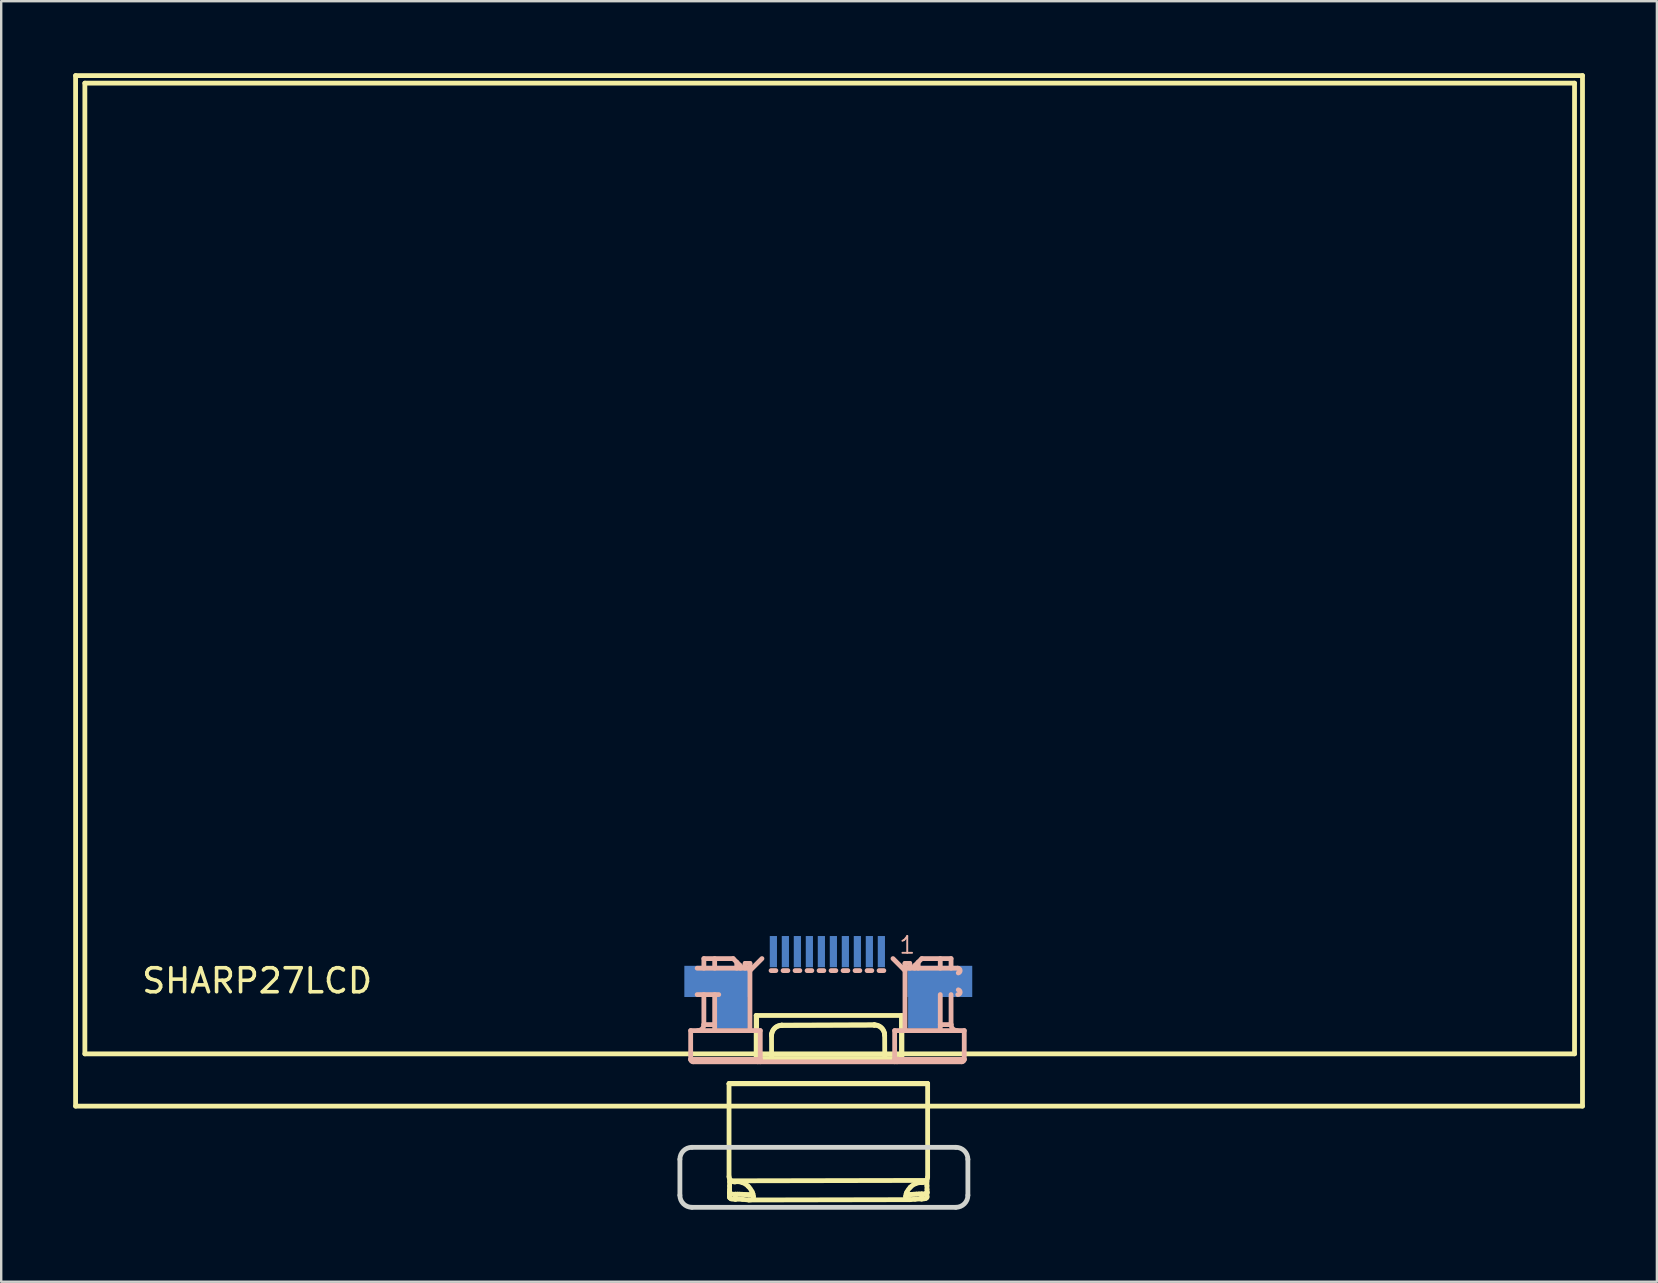
<source format=kicad_pcb>
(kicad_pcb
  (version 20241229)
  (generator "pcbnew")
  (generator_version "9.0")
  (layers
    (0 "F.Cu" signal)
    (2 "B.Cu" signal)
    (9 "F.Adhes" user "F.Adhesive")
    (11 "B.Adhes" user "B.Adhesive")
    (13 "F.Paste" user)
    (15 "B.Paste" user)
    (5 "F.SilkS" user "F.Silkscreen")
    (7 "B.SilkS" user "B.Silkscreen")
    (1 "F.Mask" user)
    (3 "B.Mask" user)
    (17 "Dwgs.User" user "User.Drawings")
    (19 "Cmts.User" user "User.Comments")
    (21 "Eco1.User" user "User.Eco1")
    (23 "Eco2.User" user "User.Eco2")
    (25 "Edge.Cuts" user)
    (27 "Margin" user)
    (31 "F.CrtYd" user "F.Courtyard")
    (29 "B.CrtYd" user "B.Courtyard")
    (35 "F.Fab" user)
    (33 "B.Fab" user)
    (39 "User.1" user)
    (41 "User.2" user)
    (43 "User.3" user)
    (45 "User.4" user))
  (footprint "SHARP27LCD"
    (layer "F.Cu")
    (at 4.261 43.204)
    (property "Reference" "SHARP27LCD" (at 3.404 -5.385 0) (layer "F.SilkS") (effects (font (size 1 1) (thickness 0.15))))
    (attr through_hole)
    (fp_line (start -4.161 -43.104) (end -4.161 -0.163) (stroke (width 0.2) (type solid)) (layer "F.SilkS"))
    (fp_line (start -4.161 -0.163) (end 58.631 -0.163) (stroke (width 0.2) (type solid)) (layer "F.SilkS"))
    (fp_line (start -3.775 -42.789) (end -3.775 -2.341) (stroke (width 0.2) (type solid)) (layer "F.SilkS"))
    (fp_line (start -3.775 -2.341) (end 58.299 -2.341) (stroke (width 0.2) (type solid)) (layer "F.SilkS"))
    (fp_line (start 23.068 -1.092) (end 23.068 2.777) (stroke (width 0.2) (type solid)) (layer "F.SilkS"))
    (fp_line (start 23.068 -1.092) (end 23.072 -1.108) (stroke (width 0.2) (type solid)) (layer "F.SilkS"))
    (fp_line (start 23.087 3.439) (end 23.089 3.624) (stroke (width 0.2) (type solid)) (layer "F.SilkS"))
    (fp_line (start 23.093 3.46) (end 23.095 3.654) (stroke (width 0.2) (type solid)) (layer "F.SilkS"))
    (fp_line (start 23.155 2.95) (end 31.298 2.934) (stroke (width 0.2) (type solid)) (layer "F.SilkS"))
    (fp_line (start 23.333 3.718) (end 23.332 3.51) (stroke (width 0.2) (type solid)) (layer "F.SilkS"))
    (fp_line (start 23.916 3.748) (end 30.594 3.735) (stroke (width 0.2) (type solid)) (layer "F.SilkS"))
    (fp_line (start 24.198 -3.94) (end 30.272 -3.94) (stroke (width 0.2) (type solid)) (layer "F.SilkS"))
    (fp_line (start 24.198 -2.048) (end 24.198 -3.94) (stroke (width 0.2) (type solid)) (layer "F.SilkS"))
    (fp_line (start 24.198 -2.048) (end 24.217 -2.149) (stroke (width 0.2) (type solid)) (layer "F.SilkS"))
    (fp_line (start 24.217 -2.149) (end 24.217 -3.94) (stroke (width 0.2) (type solid)) (layer "F.SilkS"))
    (fp_line (start 24.841 -2.149) (end 24.838 -3.094) (stroke (width 0.2) (type solid)) (layer "F.SilkS"))
    (fp_line (start 24.845 -3.174) (end 24.843 -3.16) (stroke (width 0.2) (type solid)) (layer "F.SilkS"))
    (fp_line (start 25.263 -3.522) (end 29.123 -3.537) (stroke (width 0.2) (type solid)) (layer "F.SilkS"))
    (fp_line (start 25.265 -3.537) (end 25.263 -3.522) (stroke (width 0.2) (type solid)) (layer "F.SilkS"))
    (fp_line (start 25.265 -3.537) (end 29.122 -3.551) (stroke (width 0.2) (type solid)) (layer "F.SilkS"))
    (fp_line (start 29.122 -3.551) (end 29.123 -3.537) (stroke (width 0.2) (type solid)) (layer "F.SilkS"))
    (fp_line (start 29.547 -3.174) (end 29.545 -3.188) (stroke (width 0.2) (type solid)) (layer "F.SilkS"))
    (fp_line (start 29.552 -3.111) (end 29.556 -2.149) (stroke (width 0.2) (type solid)) (layer "F.SilkS"))
    (fp_line (start 30.253 -3.94) (end 30.253 -2.149) (stroke (width 0.2) (type solid)) (layer "F.SilkS"))
    (fp_line (start 30.253 -2.149) (end 24.217 -2.149) (stroke (width 0.2) (type solid)) (layer "F.SilkS"))
    (fp_line (start 30.272 -3.94) (end 30.272 -2.048) (stroke (width 0.2) (type solid)) (layer "F.SilkS"))
    (fp_line (start 30.272 -2.048) (end 24.198 -2.048) (stroke (width 0.2) (type solid)) (layer "F.SilkS"))
    (fp_line (start 30.272 -2.048) (end 30.253 -2.149) (stroke (width 0.2) (type solid)) (layer "F.SilkS"))
    (fp_line (start 31.092 3.707) (end 31.092 3.498) (stroke (width 0.2) (type solid)) (layer "F.SilkS"))
    (fp_line (start 31.314 3.641) (end 31.315 3.447) (stroke (width 0.2) (type solid)) (layer "F.SilkS"))
    (fp_line (start 31.32 3.451) (end 31.32 3.428) (stroke (width 0.2) (type solid)) (layer "F.SilkS"))
    (fp_line (start 31.339 -1.108) (end 23.072 -1.108) (stroke (width 0.2) (type solid)) (layer "F.SilkS"))
    (fp_line (start 31.343 -1.092) (end 23.068 -1.092) (stroke (width 0.2) (type solid)) (layer "F.SilkS"))
    (fp_line (start 31.343 -1.092) (end 31.339 -1.108) (stroke (width 0.2) (type solid)) (layer "F.SilkS"))
    (fp_line (start 31.343 2.802) (end 31.343 -1.092) (stroke (width 0.2) (type solid)) (layer "F.SilkS"))
    (fp_line (start 58.299 -42.789) (end -3.775 -42.789) (stroke (width 0.2) (type solid)) (layer "F.SilkS"))
    (fp_line (start 58.299 -2.341) (end 58.299 -42.789) (stroke (width 0.2) (type solid)) (layer "F.SilkS"))
    (fp_line (start 58.631 -43.104) (end -4.161 -43.104) (stroke (width 0.2) (type solid)) (layer "F.SilkS"))
    (fp_line (start 58.631 -0.163) (end 58.631 -43.104) (stroke (width 0.2) (type solid)) (layer "F.SilkS"))
    (fp_arc (start 23.154666 2.949517) (mid 23.090867 2.873549) (end 23.067975 2.777022) (stroke (width 0.2) (type solid)) (layer "F.SilkS"))
    (fp_arc (start 24.837875 -3.09378) (mid 24.961813 -3.396197) (end 25.263292 -3.522401) (stroke (width 0.2) (type solid)) (layer "F.SilkS"))
    (fp_arc (start 24.844956 -3.17421) (mid 24.988099 -3.432973) (end 25.265101 -3.536503) (stroke (width 0.2) (type solid)) (layer "F.SilkS"))
    (fp_arc (start 29.121699 -3.550977) (mid 29.400763 -3.448427) (end 29.545076 -3.18849) (stroke (width 0.2) (type solid)) (layer "F.SilkS"))
    (fp_arc (start 29.123498 -3.536888) (mid 29.425915 -3.41295) (end 29.552119 -3.111471) (stroke (width 0.2) (type solid)) (layer "F.SilkS"))
    (fp_arc (start 31.342861 2.802226) (mid 31.331218 2.872012) (end 31.29755 2.934238) (stroke (width 0.2) (type solid)) (layer "F.SilkS"))
    (fp_curve (pts (xy 23.087 3.439) (xy 23.088 3.403) (xy 23.089 3.366) (xy 23.089 3.322)) (stroke (width 0.2) (type solid)) (layer "F.SilkS"))
    (fp_curve (pts (xy 23.089 3.322) (xy 23.09 3.277) (xy 23.091 3.224) (xy 23.091 3.168)) (stroke (width 0.2) (type solid)) (layer "F.SilkS"))
    (fp_curve (pts (xy 23.091 3.168) (xy 23.091 3.112) (xy 23.092 3.053) (xy 23.092 2.991)) (stroke (width 0.2) (type solid)) (layer "F.SilkS"))
    (fp_curve (pts (xy 23.092 2.991) (xy 23.092 2.951) (xy 23.091 2.911) (xy 23.091 2.87)) (stroke (width 0.2) (type solid)) (layer "F.SilkS"))
    (fp_curve (pts (xy 23.155 2.949) (xy 23.201 2.985) (xy 23.259 3.002) (xy 23.316 2.993)) (stroke (width 0.2) (type solid)) (layer "F.SilkS"))
    (fp_curve (pts (xy 23.156 3.7) (xy 23.111 3.684) (xy 23.087 3.658) (xy 23.089 3.624)) (stroke (width 0.2) (type solid)) (layer "F.SilkS"))
    (fp_curve (pts (xy 23.167 3.5) (xy 23.12 3.49) (xy 23.085 3.47) (xy 23.087 3.439)) (stroke (width 0.2) (type solid)) (layer "F.SilkS"))
    (fp_curve (pts (xy 23.316 2.995) (xy 23.417 2.974) (xy 23.52 2.987) (xy 23.616 3.02)) (stroke (width 0.2) (type solid)) (layer "F.SilkS"))
    (fp_curve (pts (xy 23.332 3.51) (xy 23.274 3.512) (xy 23.214 3.51) (xy 23.167 3.5)) (stroke (width 0.2) (type solid)) (layer "F.SilkS"))
    (fp_curve (pts (xy 23.333 3.718) (xy 23.267 3.721) (xy 23.2 3.715) (xy 23.156 3.7)) (stroke (width 0.2) (type solid)) (layer "F.SilkS"))
    (fp_curve (pts (xy 23.419 3.508) (xy 23.39 3.508) (xy 23.361 3.509) (xy 23.332 3.51)) (stroke (width 0.2) (type solid)) (layer "F.SilkS"))
    (fp_curve (pts (xy 23.504 3.509) (xy 23.476 3.508) (xy 23.447 3.508) (xy 23.419 3.508)) (stroke (width 0.2) (type solid)) (layer "F.SilkS"))
    (fp_curve (pts (xy 23.613 3.513) (xy 23.577 3.511) (xy 23.541 3.51) (xy 23.504 3.509)) (stroke (width 0.2) (type solid)) (layer "F.SilkS"))
    (fp_curve (pts (xy 23.616 3.02) (xy 23.712 3.054) (xy 23.798 3.111) (xy 23.868 3.18)) (stroke (width 0.2) (type solid)) (layer "F.SilkS"))
    (fp_curve (pts (xy 23.63 3.723) (xy 23.536 3.715) (xy 23.433 3.712) (xy 23.333 3.718)) (stroke (width 0.2) (type solid)) (layer "F.SilkS"))
    (fp_curve (pts (xy 23.716 3.52) (xy 23.683 3.518) (xy 23.648 3.515) (xy 23.613 3.513)) (stroke (width 0.2) (type solid)) (layer "F.SilkS"))
    (fp_curve (pts (xy 23.799 3.527) (xy 23.772 3.525) (xy 23.744 3.522) (xy 23.716 3.52)) (stroke (width 0.2) (type solid)) (layer "F.SilkS"))
    (fp_curve (pts (xy 23.868 3.18) (xy 23.938 3.249) (xy 23.992 3.329) (xy 24.028 3.404)) (stroke (width 0.2) (type solid)) (layer "F.SilkS"))
    (fp_curve (pts (xy 23.873 3.531) (xy 23.85 3.53) (xy 23.825 3.529) (xy 23.799 3.527)) (stroke (width 0.2) (type solid)) (layer "F.SilkS"))
    (fp_curve (pts (xy 23.879 3.747) (xy 23.81 3.743) (xy 23.725 3.731) (xy 23.63 3.723)) (stroke (width 0.2) (type solid)) (layer "F.SilkS"))
    (fp_curve (pts (xy 23.931 3.532) (xy 23.913 3.533) (xy 23.894 3.532) (xy 23.873 3.531)) (stroke (width 0.2) (type solid)) (layer "F.SilkS"))
    (fp_curve (pts (xy 23.981 3.528) (xy 23.966 3.531) (xy 23.949 3.532) (xy 23.931 3.532)) (stroke (width 0.2) (type solid)) (layer "F.SilkS"))
    (fp_curve (pts (xy 24.02 3.52) (xy 24.008 3.523) (xy 23.995 3.526) (xy 23.981 3.528)) (stroke (width 0.2) (type solid)) (layer "F.SilkS"))
    (fp_curve (pts (xy 24.028 3.404) (xy 24.065 3.479) (xy 24.084 3.549) (xy 24.085 3.605)) (stroke (width 0.2) (type solid)) (layer "F.SilkS"))
    (fp_curve (pts (xy 24.034 3.722) (xy 24 3.745) (xy 23.948 3.75) (xy 23.879 3.747)) (stroke (width 0.2) (type solid)) (layer "F.SilkS"))
    (fp_curve (pts (xy 24.049 3.505) (xy 24.041 3.511) (xy 24.031 3.516) (xy 24.02 3.52)) (stroke (width 0.2) (type solid)) (layer "F.SilkS"))
    (fp_curve (pts (xy 24.062 3.492) (xy 24.058 3.496) (xy 24.054 3.501) (xy 24.049 3.505)) (stroke (width 0.2) (type solid)) (layer "F.SilkS"))
    (fp_curve (pts (xy 24.085 3.605) (xy 24.086 3.661) (xy 24.069 3.7) (xy 24.034 3.722)) (stroke (width 0.2) (type solid)) (layer "F.SilkS"))
    (fp_curve (pts (xy 30.426 3.6) (xy 30.427 3.551) (xy 30.444 3.489) (xy 30.476 3.422)) (stroke (width 0.2) (type solid)) (layer "F.SilkS"))
    (fp_curve (pts (xy 30.46 3.494) (xy 30.457 3.491) (xy 30.454 3.488) (xy 30.451 3.485)) (stroke (width 0.2) (type solid)) (layer "F.SilkS"))
    (fp_curve (pts (xy 30.469 3.707) (xy 30.439 3.686) (xy 30.425 3.65) (xy 30.426 3.6)) (stroke (width 0.2) (type solid)) (layer "F.SilkS"))
    (fp_curve (pts (xy 30.476 3.422) (xy 30.508 3.355) (xy 30.555 3.284) (xy 30.617 3.222)) (stroke (width 0.2) (type solid)) (layer "F.SilkS"))
    (fp_curve (pts (xy 30.494 3.51) (xy 30.481 3.506) (xy 30.469 3.501) (xy 30.46 3.494)) (stroke (width 0.2) (type solid)) (layer "F.SilkS"))
    (fp_curve (pts (xy 30.537 3.517) (xy 30.521 3.516) (xy 30.507 3.513) (xy 30.494 3.51)) (stroke (width 0.2) (type solid)) (layer "F.SilkS"))
    (fp_curve (pts (xy 30.6 3.52) (xy 30.577 3.52) (xy 30.556 3.52) (xy 30.537 3.517)) (stroke (width 0.2) (type solid)) (layer "F.SilkS"))
    (fp_curve (pts (xy 30.604 3.735) (xy 30.544 3.736) (xy 30.499 3.729) (xy 30.469 3.707)) (stroke (width 0.2) (type solid)) (layer "F.SilkS"))
    (fp_curve (pts (xy 30.617 3.222) (xy 30.678 3.159) (xy 30.754 3.104) (xy 30.839 3.069)) (stroke (width 0.2) (type solid)) (layer "F.SilkS"))
    (fp_curve (pts (xy 30.67 3.517) (xy 30.645 3.519) (xy 30.622 3.52) (xy 30.6 3.52)) (stroke (width 0.2) (type solid)) (layer "F.SilkS"))
    (fp_curve (pts (xy 30.772 3.51) (xy 30.736 3.512) (xy 30.702 3.515) (xy 30.67 3.517)) (stroke (width 0.2) (type solid)) (layer "F.SilkS"))
    (fp_curve (pts (xy 30.823 3.717) (xy 30.739 3.724) (xy 30.664 3.734) (xy 30.604 3.735)) (stroke (width 0.2) (type solid)) (layer "F.SilkS"))
    (fp_curve (pts (xy 30.839 3.069) (xy 30.924 3.034) (xy 31.017 3.016) (xy 31.11 3.027)) (stroke (width 0.2) (type solid)) (layer "F.SilkS"))
    (fp_curve (pts (xy 30.879 3.503) (xy 30.842 3.505) (xy 30.807 3.507) (xy 30.772 3.51)) (stroke (width 0.2) (type solid)) (layer "F.SilkS"))
    (fp_curve (pts (xy 30.986 3.499) (xy 30.95 3.499) (xy 30.914 3.501) (xy 30.879 3.503)) (stroke (width 0.2) (type solid)) (layer "F.SilkS"))
    (fp_curve (pts (xy 31.092 3.707) (xy 31 3.704) (xy 30.907 3.71) (xy 30.823 3.717)) (stroke (width 0.2) (type solid)) (layer "F.SilkS"))
    (fp_curve (pts (xy 31.092 3.498) (xy 31.057 3.498) (xy 31.021 3.498) (xy 30.986 3.499)) (stroke (width 0.2) (type solid)) (layer "F.SilkS"))
    (fp_curve (pts (xy 31.111 3.024) (xy 31.147 3.027) (xy 31.183 3.02) (xy 31.216 3.004)) (stroke (width 0.2) (type solid)) (layer "F.SilkS"))
    (fp_curve (pts (xy 31.216 3.004) (xy 31.248 2.988) (xy 31.275 2.963) (xy 31.297 2.934)) (stroke (width 0.2) (type solid)) (layer "F.SilkS"))
    (fp_curve (pts (xy 31.248 3.486) (xy 31.203 3.496) (xy 31.148 3.499) (xy 31.092 3.498)) (stroke (width 0.2) (type solid)) (layer "F.SilkS"))
    (fp_curve (pts (xy 31.259 3.686) (xy 31.218 3.702) (xy 31.156 3.708) (xy 31.092 3.707)) (stroke (width 0.2) (type solid)) (layer "F.SilkS"))
    (fp_curve (pts (xy 31.311 2.907) (xy 31.311 2.931) (xy 31.311 2.954) (xy 31.312 2.978)) (stroke (width 0.2) (type solid)) (layer "F.SilkS"))
    (fp_curve (pts (xy 31.312 2.978) (xy 31.312 3.04) (xy 31.313 3.1) (xy 31.314 3.156)) (stroke (width 0.2) (type solid)) (layer "F.SilkS"))
    (fp_curve (pts (xy 31.314 3.156) (xy 31.315 3.213) (xy 31.316 3.266) (xy 31.317 3.311)) (stroke (width 0.2) (type solid)) (layer "F.SilkS"))
    (fp_curve (pts (xy 31.317 3.311) (xy 31.318 3.355) (xy 31.319 3.392) (xy 31.32 3.428)) (stroke (width 0.2) (type solid)) (layer "F.SilkS"))
    (fp_curve (pts (xy 31.319 3.614) (xy 31.32 3.646) (xy 31.299 3.671) (xy 31.259 3.686)) (stroke (width 0.2) (type solid)) (layer "F.SilkS"))
    (fp_curve (pts (xy 31.32 3.428) (xy 31.321 3.456) (xy 31.292 3.475) (xy 31.248 3.486)) (stroke (width 0.2) (type solid)) (layer "F.SilkS"))
    (fp_line (start 21.469 -3.31) (end 24.369 -3.31) (stroke (width 0.2) (type solid)) (layer "B.SilkS"))
    (fp_line (start 21.469 -2.11) (end 21.469 -3.31) (stroke (width 0.2) (type solid)) (layer "B.SilkS"))
    (fp_line (start 21.469 -2.11) (end 24.369 -2.11) (stroke (width 0.2) (type solid)) (layer "B.SilkS"))
    (fp_line (start 21.569 -2.01) (end 32.769 -2.01) (stroke (width 0.2) (type solid)) (layer "B.SilkS"))
    (fp_line (start 21.739 -5.91) (end 23.939 -5.91) (stroke (width 0.2) (type solid)) (layer "B.SilkS"))
    (fp_line (start 21.739 -4.81) (end 22.639 -4.81) (stroke (width 0.2) (type solid)) (layer "B.SilkS"))
    (fp_line (start 22.019 -6.31) (end 23.239 -6.31) (stroke (width 0.2) (type solid)) (layer "B.SilkS"))
    (fp_line (start 22.019 -5.91) (end 22.019 -6.31) (stroke (width 0.2) (type solid)) (layer "B.SilkS"))
    (fp_line (start 22.019 -4.81) (end 22.019 -3.56) (stroke (width 0.2) (type solid)) (layer "B.SilkS"))
    (fp_line (start 22.019 -3.56) (end 22.469 -3.56) (stroke (width 0.2) (type solid)) (layer "B.SilkS"))
    (fp_line (start 22.469 -6.31) (end 22.469 -5.91) (stroke (width 0.2) (type solid)) (layer "B.SilkS"))
    (fp_line (start 22.469 -4.81) (end 22.469 -3.31) (stroke (width 0.2) (type solid)) (layer "B.SilkS"))
    (fp_line (start 23.389 -5.91) (end 23.389 -6.16) (stroke (width 0.2) (type solid)) (layer "B.SilkS"))
    (fp_line (start 23.539 -6.01) (end 23.239 -6.31) (stroke (width 0.2) (type solid)) (layer "B.SilkS"))
    (fp_line (start 23.539 -6.01) (end 23.539 -5.91) (stroke (width 0.2) (type solid)) (layer "B.SilkS"))
    (fp_line (start 23.739 -6.11) (end 23.739 -5.91) (stroke (width 0.2) (type solid)) (layer "B.SilkS"))
    (fp_line (start 23.739 -6.11) (end 23.939 -6.11) (stroke (width 0.2) (type solid)) (layer "B.SilkS"))
    (fp_line (start 23.939 -3.31) (end 23.939 -6.11) (stroke (width 0.2) (type solid)) (layer "B.SilkS"))
    (fp_line (start 24.369 -2.01) (end 24.369 -3.31) (stroke (width 0.2) (type solid)) (layer "B.SilkS"))
    (fp_line (start 24.439 -6.31) (end 23.939 -5.81) (stroke (width 0.2) (type solid)) (layer "B.SilkS"))
    (fp_line (start 25.019 -5.81) (end 24.819 -5.81) (stroke (width 0.2) (type solid)) (layer "B.SilkS"))
    (fp_line (start 25.519 -5.81) (end 25.319 -5.81) (stroke (width 0.2) (type solid)) (layer "B.SilkS"))
    (fp_line (start 26.019 -5.81) (end 25.819 -5.81) (stroke (width 0.2) (type solid)) (layer "B.SilkS"))
    (fp_line (start 26.519 -5.81) (end 26.319 -5.81) (stroke (width 0.2) (type solid)) (layer "B.SilkS"))
    (fp_line (start 27.019 -5.81) (end 26.819 -5.81) (stroke (width 0.2) (type solid)) (layer "B.SilkS"))
    (fp_line (start 27.519 -5.81) (end 27.319 -5.81) (stroke (width 0.2) (type solid)) (layer "B.SilkS"))
    (fp_line (start 28.019 -5.81) (end 27.819 -5.81) (stroke (width 0.2) (type solid)) (layer "B.SilkS"))
    (fp_line (start 28.519 -5.81) (end 28.319 -5.81) (stroke (width 0.2) (type solid)) (layer "B.SilkS"))
    (fp_line (start 29.019 -5.81) (end 28.819 -5.81) (stroke (width 0.2) (type solid)) (layer "B.SilkS"))
    (fp_line (start 29.519 -5.81) (end 29.319 -5.81) (stroke (width 0.2) (type solid)) (layer "B.SilkS"))
    (fp_line (start 29.969 -3.31) (end 32.869 -3.31) (stroke (width 0.2) (type solid)) (layer "B.SilkS"))
    (fp_line (start 29.969 -2.11) (end 32.869 -2.11) (stroke (width 0.2) (type solid)) (layer "B.SilkS"))
    (fp_line (start 29.969 -2.01) (end 29.969 -3.31) (stroke (width 0.2) (type solid)) (layer "B.SilkS"))
    (fp_line (start 30.399 -6.11) (end 30.399 -3.31) (stroke (width 0.2) (type solid)) (layer "B.SilkS"))
    (fp_line (start 30.399 -5.81) (end 29.899 -6.31) (stroke (width 0.2) (type solid)) (layer "B.SilkS"))
    (fp_line (start 30.599 -6.11) (end 30.399 -6.11) (stroke (width 0.2) (type solid)) (layer "B.SilkS"))
    (fp_line (start 30.599 -5.91) (end 30.599 -6.11) (stroke (width 0.2) (type solid)) (layer "B.SilkS"))
    (fp_line (start 30.799 -5.91) (end 30.799 -6.01) (stroke (width 0.2) (type solid)) (layer "B.SilkS"))
    (fp_line (start 30.949 -6.16) (end 30.949 -5.91) (stroke (width 0.2) (type solid)) (layer "B.SilkS"))
    (fp_line (start 31.099 -6.31) (end 30.799 -6.01) (stroke (width 0.2) (type solid)) (layer "B.SilkS"))
    (fp_line (start 31.099 -6.31) (end 32.319 -6.31) (stroke (width 0.2) (type solid)) (layer "B.SilkS"))
    (fp_line (start 31.869 -6.31) (end 31.869 -5.91) (stroke (width 0.2) (type solid)) (layer "B.SilkS"))
    (fp_line (start 31.869 -4.81) (end 31.869 -3.31) (stroke (width 0.2) (type solid)) (layer "B.SilkS"))
    (fp_line (start 31.869 -3.56) (end 32.319 -3.56) (stroke (width 0.2) (type solid)) (layer "B.SilkS"))
    (fp_line (start 32.319 -6.31) (end 32.319 -5.91) (stroke (width 0.2) (type solid)) (layer "B.SilkS"))
    (fp_line (start 32.319 -4.81) (end 32.319 -3.56) (stroke (width 0.2) (type solid)) (layer "B.SilkS"))
    (fp_line (start 32.599 -5.91) (end 30.399 -5.91) (stroke (width 0.2) (type solid)) (layer "B.SilkS"))
    (fp_line (start 32.869 -2.11) (end 32.869 -3.31) (stroke (width 0.2) (type solid)) (layer "B.SilkS"))
    (fp_arc (start 21.5692 -2.010001) (mid 21.49849 -2.03929) (end 21.469201 -2.11) (stroke (width 0.2) (type solid)) (layer "B.SilkS"))
    (fp_arc (start 22.0192 -3.56) (mid 21.945977 -3.383223) (end 21.7692 -3.31) (stroke (width 0.2) (type solid)) (layer "B.SilkS"))
    (fp_arc (start 24.369199 -2.11) (mid 24.33991 -2.03929) (end 24.2692 -2.010001) (stroke (width 0.2) (type solid)) (layer "B.SilkS"))
    (fp_arc (start 30.0692 -2.01) (mid 29.998489 -2.039289) (end 29.9692 -2.11) (stroke (width 0.2) (type solid)) (layer "B.SilkS"))
    (fp_arc (start 32.5692 -3.309999) (mid 32.392423 -3.383223) (end 32.319199 -3.56) (stroke (width 0.2) (type solid)) (layer "B.SilkS"))
    (fp_arc (start 32.599201 -5.91) (mid 32.698672 -5.820264) (end 32.619621 -5.712107) (stroke (width 0.2) (type solid)) (layer "B.SilkS"))
    (fp_arc (start 32.62003 -5.007916) (mid 32.699199 -4.899793) (end 32.599722 -4.81) (stroke (width 0.2) (type solid)) (layer "B.SilkS"))
    (fp_arc (start 32.869199 -2.11) (mid 32.83991 -2.03929) (end 32.7692 -2.010001) (stroke (width 0.2) (type solid)) (layer "B.SilkS"))
    (fp_line (start 21.02 3.554) (end 21.02 2.054) (stroke (width 0.2) (type solid)) (layer "Edge.Cuts"))
    (fp_line (start 21.52 1.554) (end 32.52 1.554) (stroke (width 0.2) (type solid)) (layer "Edge.Cuts"))
    (fp_line (start 21.52 4.054) (end 32.52 4.054) (stroke (width 0.2) (type solid)) (layer "Edge.Cuts"))
    (fp_line (start 33.02 3.554) (end 33.02 2.054) (stroke (width 0.2) (type solid)) (layer "Edge.Cuts"))
    (fp_arc (start 21.02 2.0541) (mid 21.166447 1.700547) (end 21.52 1.5541) (stroke (width 0.2) (type solid)) (layer "Edge.Cuts"))
    (fp_arc (start 21.52 4.0541) (mid 21.166447 3.907653) (end 21.02 3.5541) (stroke (width 0.2) (type solid)) (layer "Edge.Cuts"))
    (fp_arc (start 32.52 1.5541) (mid 32.873553 1.700547) (end 33.02 2.0541) (stroke (width 0.2) (type solid)) (layer "Edge.Cuts"))
    (fp_arc (start 33.02 3.5541) (mid 32.873553 3.907653) (end 32.52 4.0541) (stroke (width 0.2) (type solid)) (layer "Edge.Cuts"))
    (fp_text user "1" (at 30.493 -6.871 0) (layer "B.SilkS") (effects (font (size 0.7 0.7) (thickness 0.08))))
    (pad "1" smd rect (at 29.415 -6.6) (size 0.3 1.3) (layers "B.Cu" "B.Mask" "B.Paste"))
    (pad "2" smd rect (at 28.915 -6.6) (size 0.3 1.3) (layers "B.Cu" "B.Mask" "B.Paste"))
    (pad "3" smd rect (at 28.415 -6.6) (size 0.3 1.3) (layers "B.Cu" "B.Mask" "B.Paste"))
    (pad "4" smd rect (at 27.915 -6.6) (size 0.3 1.3) (layers "B.Cu" "B.Mask" "B.Paste"))
    (pad "5" smd rect (at 27.415 -6.6) (size 0.3 1.3) (layers "B.Cu" "B.Mask" "B.Paste"))
    (pad "6" smd rect (at 26.915 -6.6) (size 0.3 1.3) (layers "B.Cu" "B.Mask" "B.Paste"))
    (pad "7" smd rect (at 26.415 -6.6) (size 0.3 1.3) (layers "B.Cu" "B.Mask" "B.Paste"))
    (pad "8" smd rect (at 25.915 -6.6) (size 0.3 1.3) (layers "B.Cu" "B.Mask" "B.Paste"))
    (pad "9" smd rect (at 25.415 -6.6) (size 0.3 1.3) (layers "B.Cu" "B.Mask" "B.Paste"))
    (pad "10" smd rect (at 24.915 -6.6) (size 0.3 1.3) (layers "B.Cu" "B.Mask" "B.Paste"))
    (pad "11" smd rect (at 22.555 -5.359) (size 2.7 1.3) (layers "B.Cu" "B.Mask" "B.Paste"))
    (pad "11" smd rect (at 23.203 -4.496 90) (size 2.2 1.3) (layers "B.Cu" "B.Mask" "B.Paste"))
    (pad "11" smd rect (at 31.178 -4.496 90) (size 2.2 1.3) (layers "B.Cu" "B.Mask" "B.Paste"))
    (pad "11" smd rect (at 31.852 -5.359) (size 2.7 1.3) (layers "B.Cu" "B.Mask" "B.Paste")))
  (gr_rect
    (start -3 -3)
    (end 65.992 50.358)
    (stroke (width 0.1) (type default))
    (fill no)
    (layer "Edge.Cuts")))
</source>
